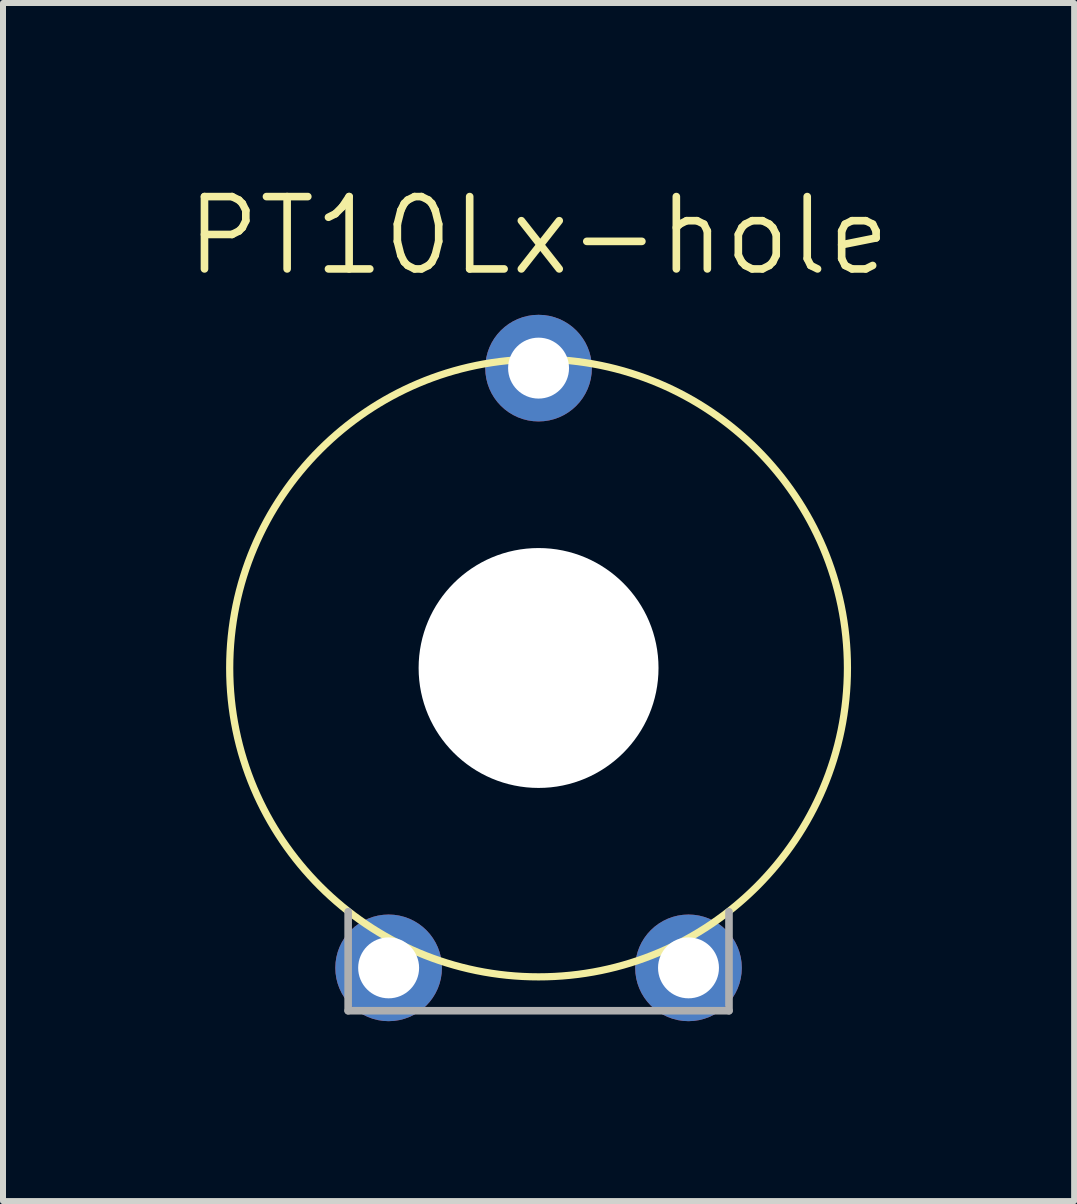
<source format=kicad_pcb>
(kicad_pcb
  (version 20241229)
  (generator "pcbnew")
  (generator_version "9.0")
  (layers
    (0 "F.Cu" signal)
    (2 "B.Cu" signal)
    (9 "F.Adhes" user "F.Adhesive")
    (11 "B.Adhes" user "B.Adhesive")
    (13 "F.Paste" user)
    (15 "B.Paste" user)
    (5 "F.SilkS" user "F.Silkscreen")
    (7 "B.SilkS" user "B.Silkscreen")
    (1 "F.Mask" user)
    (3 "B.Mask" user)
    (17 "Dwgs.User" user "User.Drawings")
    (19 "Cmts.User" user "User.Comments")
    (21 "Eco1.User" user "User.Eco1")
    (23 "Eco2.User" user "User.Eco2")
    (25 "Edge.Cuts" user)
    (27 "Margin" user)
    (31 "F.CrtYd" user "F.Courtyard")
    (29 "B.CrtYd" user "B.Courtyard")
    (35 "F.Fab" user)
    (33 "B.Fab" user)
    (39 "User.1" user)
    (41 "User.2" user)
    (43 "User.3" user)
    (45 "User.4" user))
  (footprint "PT10Lx-hole"
    (layer "F.Cu")
    (at 5.93 8.088)
    (property "Reference" "PT10Lx-hole" (at 0 -6.5 0) (unlocked yes) (layer "F.SilkS") (effects (font (size 1.206 1.206) (thickness 0.127)) (justify bottom)))
    (attr through_hole)
    (fp_circle (center 0 0) (end 5.15 0) (stroke (width 0.12) (type solid)) (fill no) (layer "F.SilkS"))
    (fp_line (start -3.175 5.715) (end -3.175 4.064) (stroke (width 0.127) (type solid)) (layer "F.Fab"))
    (fp_line (start -3.175 5.715) (end 3.175 5.715) (stroke (width 0.127) (type solid)) (layer "F.Fab"))
    (fp_line (start 3.175 4.064) (end 3.175 5.715) (stroke (width 0.127) (type solid)) (layer "F.Fab"))
    (pad "" np_thru_hole circle (at 0 0) (size 4 4) (drill 4) (layers "*.Cu" "*.Mask"))
    (pad "1" thru_hole circle (at -2.5 5) (size 1.778 1.778) (drill 1.016) (layers "*.Cu" "*.Mask"))
    (pad "2" thru_hole circle (at 0 -5) (size 1.778 1.778) (drill 1.016) (layers "*.Cu" "*.Mask"))
    (pad "3" thru_hole circle (at 2.5 5) (size 1.778 1.778) (drill 1.016) (layers "*.Cu" "*.Mask")))
  (gr_rect
    (start -3 -3)
    (end 14.86 16.977)
    (stroke (width 0.1) (type default))
    (fill no)
    (layer "Edge.Cuts")))
</source>
